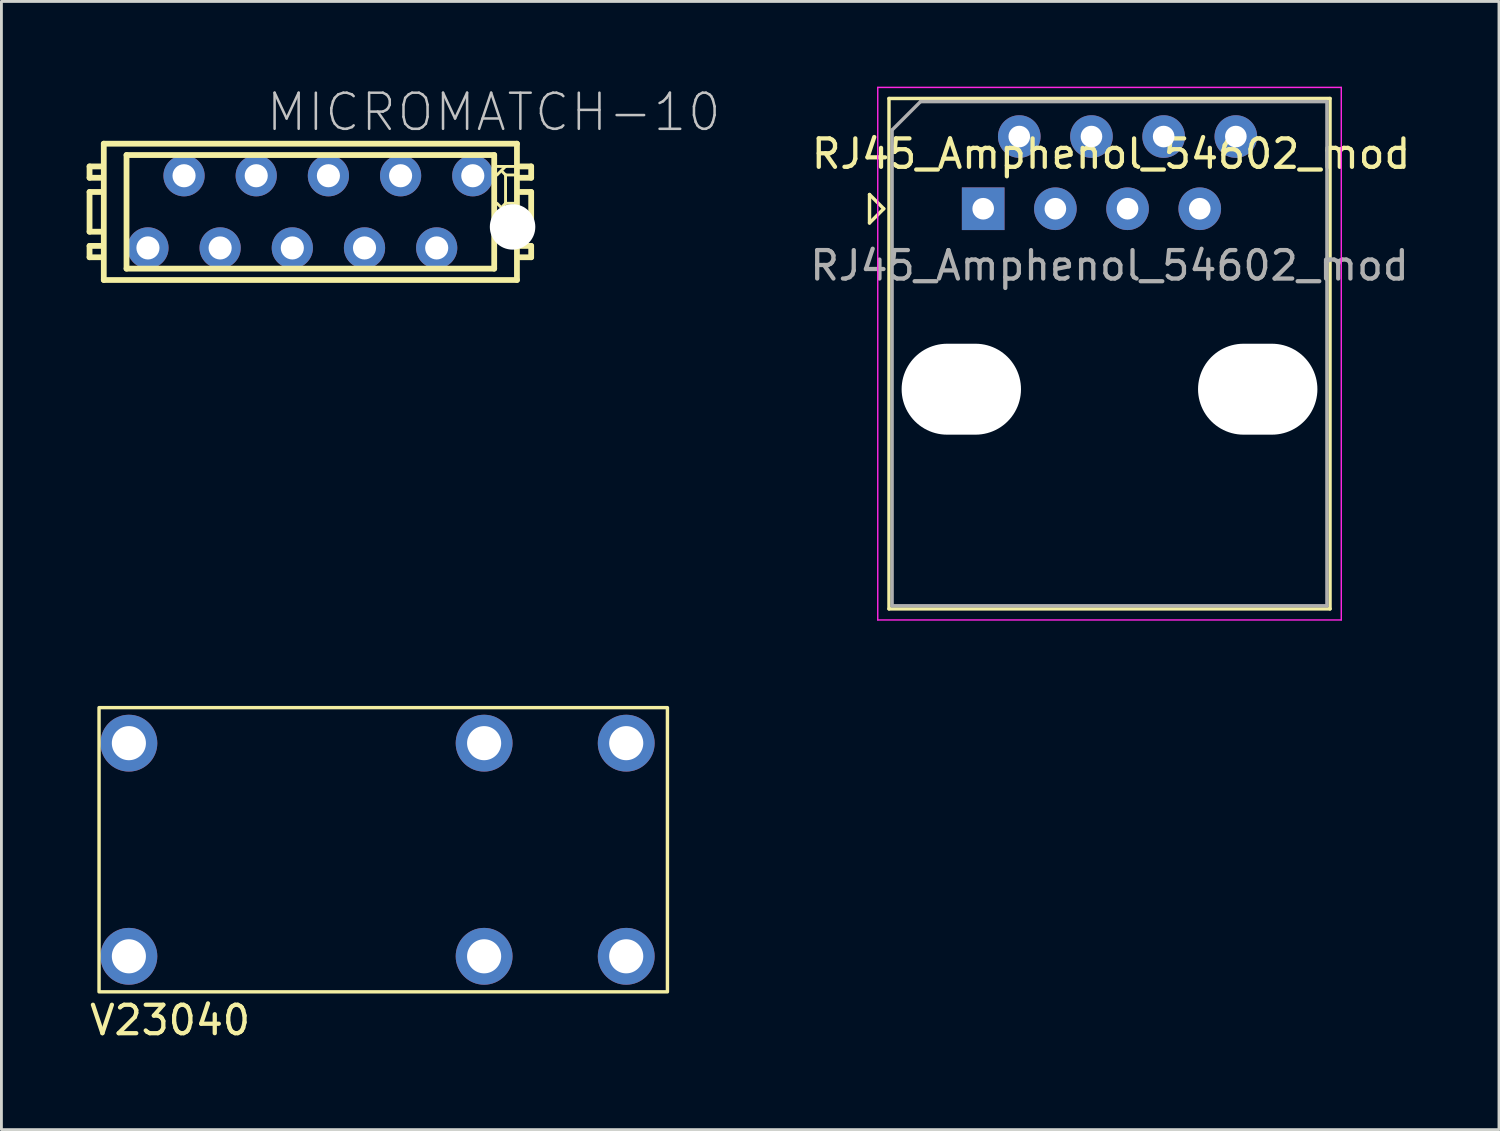
<source format=kicad_pcb>
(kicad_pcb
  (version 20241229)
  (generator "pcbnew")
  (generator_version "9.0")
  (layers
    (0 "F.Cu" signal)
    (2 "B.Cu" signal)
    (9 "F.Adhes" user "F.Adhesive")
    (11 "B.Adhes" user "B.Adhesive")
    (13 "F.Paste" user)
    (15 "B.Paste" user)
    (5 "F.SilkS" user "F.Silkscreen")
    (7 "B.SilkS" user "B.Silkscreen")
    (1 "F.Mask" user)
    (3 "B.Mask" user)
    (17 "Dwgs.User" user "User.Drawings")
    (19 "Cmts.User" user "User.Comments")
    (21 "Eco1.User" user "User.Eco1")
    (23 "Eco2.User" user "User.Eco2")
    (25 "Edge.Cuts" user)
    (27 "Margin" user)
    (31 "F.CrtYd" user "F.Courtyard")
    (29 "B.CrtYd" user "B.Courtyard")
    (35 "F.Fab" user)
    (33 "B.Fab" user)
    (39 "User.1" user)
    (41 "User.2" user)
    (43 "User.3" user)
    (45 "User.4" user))
  (footprint "MICROMATCH-10"
    (layer "F.Cu")
    (at 7.871 4.404)
    (property "Reference" "MICROMATCH-10" (at 6.452 -3.505 0) (layer "Dwgs.User") (effects (font (size 1.27 1.27) (thickness 0.089))))
    (attr exclude_from_pos_files exclude_from_bom)
    (fp_line (start -7.77 -1.598) (end -7.77 -1.199) (stroke (width 0.203) (type solid)) (layer "F.SilkS"))
    (fp_line (start -7.77 -1.199) (end -7.369 -1.199) (stroke (width 0.203) (type solid)) (layer "F.SilkS"))
    (fp_line (start -7.77 -0.699) (end -7.77 0.699) (stroke (width 0.203) (type solid)) (layer "F.SilkS"))
    (fp_line (start -7.77 0.699) (end -7.369 0.699) (stroke (width 0.203) (type solid)) (layer "F.SilkS"))
    (fp_line (start -7.77 1.199) (end -7.77 1.598) (stroke (width 0.203) (type solid)) (layer "F.SilkS"))
    (fp_line (start -7.77 1.598) (end -7.369 1.598) (stroke (width 0.203) (type solid)) (layer "F.SilkS"))
    (fp_line (start -7.369 -1.598) (end -7.77 -1.598) (stroke (width 0.203) (type solid)) (layer "F.SilkS"))
    (fp_line (start -7.369 -0.699) (end -7.77 -0.699) (stroke (width 0.203) (type solid)) (layer "F.SilkS"))
    (fp_line (start -7.369 1.199) (end -7.77 1.199) (stroke (width 0.203) (type solid)) (layer "F.SilkS"))
    (fp_line (start -7.269 -2.398) (end -7.269 2.398) (stroke (width 0.203) (type solid)) (layer "F.SilkS"))
    (fp_line (start -6.469 -1.999) (end -6.469 1.999) (stroke (width 0.203) (type solid)) (layer "F.SilkS"))
    (fp_line (start 6.469 -1.999) (end -6.469 -1.999) (stroke (width 0.203) (type solid)) (layer "F.SilkS"))
    (fp_line (start 6.469 1.999) (end -6.469 1.999) (stroke (width 0.203) (type solid)) (layer "F.SilkS"))
    (fp_line (start 6.469 1.999) (end 6.469 -1.999) (stroke (width 0.203) (type solid)) (layer "F.SilkS"))
    (fp_line (start 6.769 -1.4) (end 6.868 -1.298) (stroke (width 0.102) (type solid)) (layer "F.SilkS"))
    (fp_line (start 6.769 -0.198) (end 6.868 -0.3) (stroke (width 0.102) (type solid)) (layer "F.SilkS"))
    (fp_line (start 6.868 -1.598) (end 6.568 -1.598) (stroke (width 0.102) (type solid)) (layer "F.SilkS"))
    (fp_line (start 6.868 -1.598) (end 6.568 -1.298) (stroke (width 0.102) (type solid)) (layer "F.SilkS"))
    (fp_line (start 6.868 -1.298) (end 6.868 -0.3) (stroke (width 0.102) (type solid)) (layer "F.SilkS"))
    (fp_line (start 6.868 -0.3) (end 7.168 -0.3) (stroke (width 0.102) (type solid)) (layer "F.SilkS"))
    (fp_line (start 6.868 0) (end 6.568 -0.3) (stroke (width 0.102) (type solid)) (layer "F.SilkS"))
    (fp_line (start 6.868 0) (end 6.568 0) (stroke (width 0.102) (type solid)) (layer "F.SilkS"))
    (fp_line (start 7.168 -1.598) (end 6.868 -1.598) (stroke (width 0.102) (type solid)) (layer "F.SilkS"))
    (fp_line (start 7.168 -1.298) (end 6.868 -1.298) (stroke (width 0.102) (type solid)) (layer "F.SilkS"))
    (fp_line (start 7.168 0) (end 6.868 0) (stroke (width 0.102) (type solid)) (layer "F.SilkS"))
    (fp_line (start 7.269 -2.398) (end -7.269 -2.398) (stroke (width 0.203) (type solid)) (layer "F.SilkS"))
    (fp_line (start 7.269 2.398) (end -7.269 2.398) (stroke (width 0.203) (type solid)) (layer "F.SilkS"))
    (fp_line (start 7.269 2.398) (end 7.269 -2.398) (stroke (width 0.203) (type solid)) (layer "F.SilkS"))
    (fp_line (start 7.369 -1.199) (end 7.77 -1.199) (stroke (width 0.203) (type solid)) (layer "F.SilkS"))
    (fp_line (start 7.369 0.699) (end 7.77 0.699) (stroke (width 0.203) (type solid)) (layer "F.SilkS"))
    (fp_line (start 7.369 1.598) (end 7.77 1.598) (stroke (width 0.203) (type solid)) (layer "F.SilkS"))
    (fp_line (start 7.77 -1.598) (end 7.369 -1.598) (stroke (width 0.203) (type solid)) (layer "F.SilkS"))
    (fp_line (start 7.77 -1.199) (end 7.77 -1.598) (stroke (width 0.203) (type solid)) (layer "F.SilkS"))
    (fp_line (start 7.77 -0.699) (end 7.369 -0.699) (stroke (width 0.203) (type solid)) (layer "F.SilkS"))
    (fp_line (start 7.77 0.699) (end 7.77 -0.699) (stroke (width 0.203) (type solid)) (layer "F.SilkS"))
    (fp_line (start 7.77 1.199) (end 7.369 1.199) (stroke (width 0.203) (type solid)) (layer "F.SilkS"))
    (fp_line (start 7.77 1.598) (end 7.77 1.199) (stroke (width 0.203) (type solid)) (layer "F.SilkS"))
    (pad "" np_thru_hole circle (at 7.115 0.53) (size 1.6 1.6) (drill 1.6) (layers "*.Cu" "*.Paste" "*.Mask"))
    (pad "1" thru_hole circle (at 5.715 -1.27) (size 1.45 1.45) (drill 0.813) (layers "*.Cu" "*.Mask"))
    (pad "2" thru_hole circle (at 4.445 1.27) (size 1.45 1.45) (drill 0.813) (layers "*.Cu" "*.Mask"))
    (pad "3" thru_hole circle (at 3.175 -1.27) (size 1.45 1.45) (drill 0.813) (layers "*.Cu" "*.Mask"))
    (pad "4" thru_hole circle (at 1.905 1.27) (size 1.45 1.45) (drill 0.813) (layers "*.Cu" "*.Mask"))
    (pad "5" thru_hole circle (at 0.635 -1.27) (size 1.45 1.45) (drill 0.813) (layers "*.Cu" "*.Mask"))
    (pad "6" thru_hole circle (at -0.635 1.27) (size 1.45 1.45) (drill 0.813) (layers "*.Cu" "*.Mask"))
    (pad "7" thru_hole circle (at -1.905 -1.27) (size 1.45 1.45) (drill 0.813) (layers "*.Cu" "*.Mask"))
    (pad "8" thru_hole circle (at -3.175 1.27) (size 1.45 1.45) (drill 0.813) (layers "*.Cu" "*.Mask"))
    (pad "9" thru_hole circle (at -4.445 -1.27) (size 1.45 1.45) (drill 0.813) (layers "*.Cu" "*.Mask"))
    (pad "10" thru_hole circle (at -5.715 1.27) (size 1.45 1.45) (drill 0.813) (layers "*.Cu" "*.Mask")))
  (footprint "V23040"
    (layer "F.Cu")
    (at 10.935 26.85)
    (property "Reference" "V23040" (at -8 6 0) (unlocked yes) (layer "F.SilkS") (effects (font (size 1 1) (thickness 0.15))))
    (fp_rect (start 9.5 -5) (end -10.5 5) (stroke (width 0.12) (type solid)) (fill no) (layer "F.SilkS"))
    (pad "1" thru_hole circle (at 3.05 -3.75) (size 2 2) (drill 1.2) (layers "*.Cu" "*.Mask"))
    (pad "2" thru_hole circle (at 3.05 3.75) (size 2 2) (drill 1.2) (layers "*.Cu" "*.Mask"))
    (pad "3" thru_hole circle (at -9.45 3.75) (size 2 2) (drill 1.2) (layers "*.Cu" "*.Mask"))
    (pad "4" thru_hole circle (at 8.05 -3.75) (size 2 2) (drill 1.2) (layers "*.Cu" "*.Mask"))
    (pad "5" thru_hole circle (at -9.45 -3.75) (size 2 2) (drill 1.2) (layers "*.Cu" "*.Mask"))
    (pad "6" thru_hole circle (at 8.05 3.75) (size 2 2) (drill 1.2) (layers "*.Cu" "*.Mask")))
  (footprint "RJ45_Amphenol_54602_mod"
    (layer "F.Cu")
    (at 36.046 2.865)
    (property "Reference" "RJ45_Amphenol_54602_mod" (at 0 -0.5 0) (unlocked yes) (layer "F.SilkS") (effects (font (size 1 1) (thickness 0.15))))
    (fp_line (start -8.5 0.93) (end -8.5 1.93) (stroke (width 0.12) (type solid)) (layer "F.SilkS"))
    (fp_line (start -8.5 1.93) (end -8 1.43) (stroke (width 0.12) (type solid)) (layer "F.SilkS"))
    (fp_line (start -8 1.43) (end -8.5 0.93) (stroke (width 0.12) (type solid)) (layer "F.SilkS"))
    (fp_line (start -7.815 -2.45) (end -7.815 15.51) (stroke (width 0.12) (type solid)) (layer "F.SilkS"))
    (fp_line (start -7.815 15.51) (end 7.705 15.51) (stroke (width 0.12) (type solid)) (layer "F.SilkS"))
    (fp_line (start 7.705 -2.45) (end -7.815 -2.45) (stroke (width 0.12) (type solid)) (layer "F.SilkS"))
    (fp_line (start 7.705 -2.45) (end 7.705 15.51) (stroke (width 0.12) (type solid)) (layer "F.SilkS"))
    (fp_line (start -8.21 -2.84) (end -8.21 15.9) (stroke (width 0.05) (type solid)) (layer "F.CrtYd"))
    (fp_line (start -8.21 -2.84) (end 8.1 -2.84) (stroke (width 0.05) (type solid)) (layer "F.CrtYd"))
    (fp_line (start 8.1 15.9) (end -8.21 15.9) (stroke (width 0.05) (type solid)) (layer "F.CrtYd"))
    (fp_line (start 8.1 15.9) (end 8.1 -2.84) (stroke (width 0.05) (type solid)) (layer "F.CrtYd"))
    (fp_line (start -7.705 -1.34) (end -6.705 -2.34) (stroke (width 0.12) (type solid)) (layer "F.Fab"))
    (fp_line (start -7.705 15.4) (end -7.705 -1.34) (stroke (width 0.12) (type solid)) (layer "F.Fab"))
    (fp_line (start -6.705 -2.34) (end 7.595 -2.34) (stroke (width 0.12) (type solid)) (layer "F.Fab"))
    (fp_line (start 7.595 -2.34) (end 7.595 15.4) (stroke (width 0.12) (type solid)) (layer "F.Fab"))
    (fp_line (start 7.595 15.4) (end -7.705 15.4) (stroke (width 0.12) (type solid)) (layer "F.Fab"))
    (fp_text user "${REFERENCE}" (at -0.055 3.43 0) (layer "F.Fab") (effects (font (size 1 1) (thickness 0.15))))
    (pad "" np_thru_hole oval (at -5.27 7.78) (size 4.2 3.2) (drill oval 4.2 3.2) (layers "*.Cu" "*.Mask"))
    (pad "" np_thru_hole oval (at 5.16 7.78) (size 4.2 3.2) (drill oval 4.2 3.2) (layers "*.Cu" "*.Mask"))
    (pad "1" thru_hole rect (at -4.5 1.43) (size 1.5 1.5) (drill 0.76) (layers "*.Cu" "*.Mask"))
    (pad "2" thru_hole circle (at -3.23 -1.11) (size 1.5 1.5) (drill 0.76) (layers "*.Cu" "*.Mask"))
    (pad "3" thru_hole circle (at -1.96 1.43) (size 1.5 1.5) (drill 0.76) (layers "*.Cu" "*.Mask"))
    (pad "4" thru_hole circle (at -0.69 -1.11) (size 1.5 1.5) (drill 0.76) (layers "*.Cu" "*.Mask"))
    (pad "5" thru_hole circle (at 0.58 1.43) (size 1.5 1.5) (drill 0.76) (layers "*.Cu" "*.Mask"))
    (pad "6" thru_hole circle (at 1.85 -1.11) (size 1.5 1.5) (drill 0.76) (layers "*.Cu" "*.Mask"))
    (pad "7" thru_hole circle (at 3.12 1.43) (size 1.5 1.5) (drill 0.76) (layers "*.Cu" "*.Mask"))
    (pad "8" thru_hole circle (at 4.39 -1.11) (size 1.5 1.5) (drill 0.76) (layers "*.Cu" "*.Mask")))
  (gr_rect
    (start -3 -3)
    (end 49.695 36.698)
    (stroke (width 0.1) (type default))
    (fill no)
    (layer "Edge.Cuts")))
</source>
